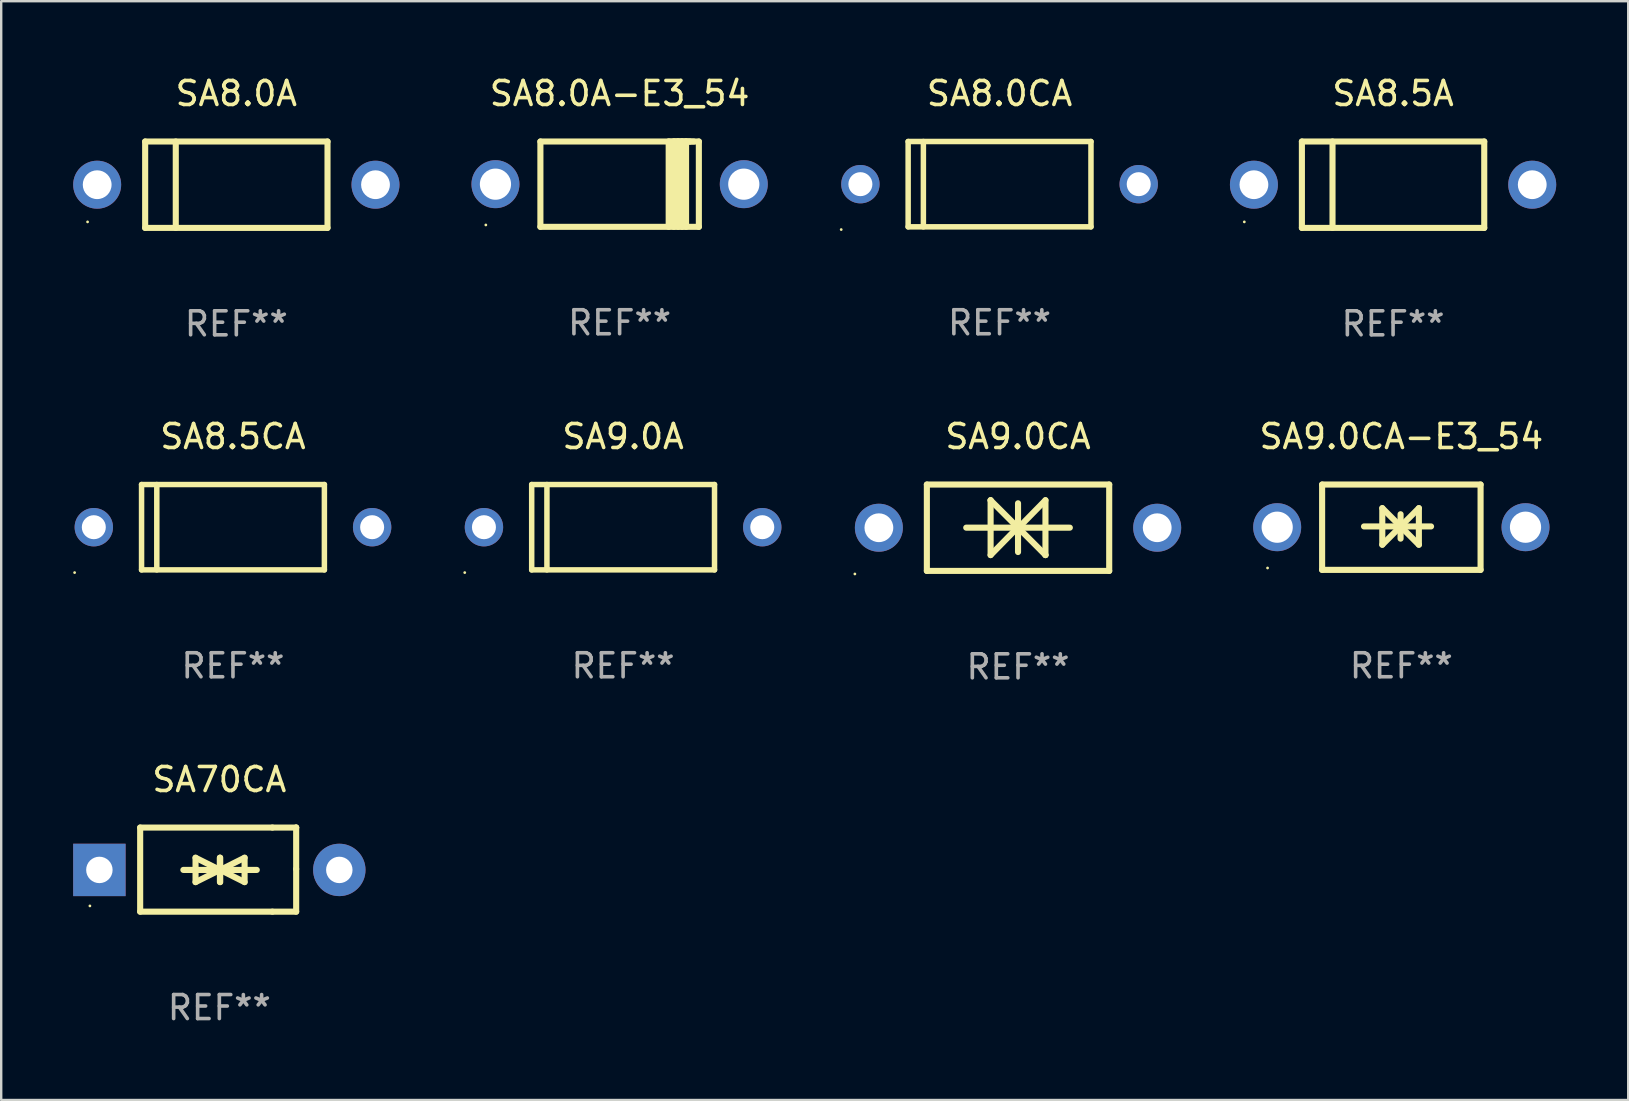
<source format=kicad_pcb>
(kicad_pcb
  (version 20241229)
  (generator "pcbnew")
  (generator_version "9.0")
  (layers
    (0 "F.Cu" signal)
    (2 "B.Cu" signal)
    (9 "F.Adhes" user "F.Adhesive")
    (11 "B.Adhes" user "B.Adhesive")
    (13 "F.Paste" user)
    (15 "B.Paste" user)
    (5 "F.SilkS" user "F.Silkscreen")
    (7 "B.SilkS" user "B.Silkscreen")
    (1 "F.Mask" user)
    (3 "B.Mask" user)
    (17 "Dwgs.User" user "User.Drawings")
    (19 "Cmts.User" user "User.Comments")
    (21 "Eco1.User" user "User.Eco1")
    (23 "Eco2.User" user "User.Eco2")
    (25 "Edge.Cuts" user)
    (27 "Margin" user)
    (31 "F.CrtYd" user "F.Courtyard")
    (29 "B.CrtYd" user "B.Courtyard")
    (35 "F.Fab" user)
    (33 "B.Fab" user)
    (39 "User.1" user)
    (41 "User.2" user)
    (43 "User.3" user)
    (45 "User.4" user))
  (footprint "SA9.0CA-E3_54"
    (layer "F.Cu")
    (at 55.356 18.923)
    (property "Reference" "SA9.0CA-E3_54" (at 0 -3.778 0) (layer "F.SilkS") (effects (font (size 1 1) (thickness 0.15))))
    (attr through_hole)
    (fp_line (start -3.302 -1.778) (end -3.302 1.778) (stroke (width 0.254) (type solid)) (layer "F.SilkS"))
    (fp_line (start -3.302 1.778) (end 3.302 1.778) (stroke (width 0.254) (type solid)) (layer "F.SilkS"))
    (fp_line (start -1.556 -0.032) (end 1.238 -0.032) (stroke (width 0.254) (type solid)) (layer "F.SilkS"))
    (fp_line (start -0.794 -0.794) (end 0.73 0.73) (stroke (width 0.254) (type solid)) (layer "F.SilkS"))
    (fp_line (start -0.794 0.73) (end -0.794 -0.794) (stroke (width 0.254) (type solid)) (layer "F.SilkS"))
    (fp_line (start -0.032 -0.54) (end -0.032 0.476) (stroke (width 0.254) (type solid)) (layer "F.SilkS"))
    (fp_line (start 0.73 -0.794) (end -0.794 0.73) (stroke (width 0.254) (type solid)) (layer "F.SilkS"))
    (fp_line (start 0.73 0.73) (end 0.73 -0.794) (stroke (width 0.254) (type solid)) (layer "F.SilkS"))
    (fp_line (start 3.302 -1.778) (end -3.302 -1.778) (stroke (width 0.254) (type solid)) (layer "F.SilkS"))
    (fp_line (start 3.302 1.778) (end 3.302 -1.778) (stroke (width 0.254) (type solid)) (layer "F.SilkS"))
    (fp_circle (center -5.576 1.7) (end -5.546 1.7) (stroke (width 0.06) (type solid)) (fill no) (layer "F.SilkS"))
    (fp_text user "REF**" (at 0 5.778 0) (layer "F.Fab") (effects (font (size 1 1) (thickness 0.15))))
    (pad "1" thru_hole circle (at -5.175 0) (size 2 2) (drill 1.3) (layers "*.Cu" "*.Mask"))
    (pad "2" thru_hole circle (at 5.175 0) (size 2 2) (drill 1.3) (layers "*.Cu" "*.Mask")))
  (footprint "SA8.5A"
    (layer "F.Cu")
    (at 55.011 4.648)
    (property "Reference" "SA8.5A" (at 0 -3.8 0) (layer "F.SilkS") (effects (font (size 1 1) (thickness 0.15))))
    (attr through_hole)
    (fp_line (start -3.8 -1.8) (end -3.8 1.8) (stroke (width 0.254) (type solid)) (layer "F.SilkS"))
    (fp_line (start -3.8 -1.8) (end 3.8 -1.8) (stroke (width 0.254) (type solid)) (layer "F.SilkS"))
    (fp_line (start -3.8 1.8) (end 3.8 1.8) (stroke (width 0.254) (type solid)) (layer "F.SilkS"))
    (fp_line (start -2.524 -1.8) (end -2.524 1.8) (stroke (width 0.254) (type solid)) (layer "F.SilkS"))
    (fp_line (start 3.8 -1.8) (end 3.8 1.8) (stroke (width 0.254) (type solid)) (layer "F.SilkS"))
    (fp_circle (center -6.2 1.55) (end -6.17 1.55) (stroke (width 0.06) (type solid)) (fill no) (layer "F.SilkS"))
    (fp_text user "REF**" (at 0 5.8 0) (layer "F.Fab") (effects (font (size 1 1) (thickness 0.15))))
    (pad "1" thru_hole circle (at -5.8 0) (size 2 2) (drill 1.2) (layers "*.Cu" "*.Mask"))
    (pad "2" thru_hole circle (at 5.8 0) (size 2 2) (drill 1.2) (layers "*.Cu" "*.Mask")))
  (footprint "SA8.0CA"
    (layer "F.Cu")
    (at 38.61 4.626)
    (property "Reference" "SA8.0CA" (at 0 -3.778 0) (layer "F.SilkS") (effects (font (size 1 1) (thickness 0.15))))
    (attr through_hole)
    (fp_line (start -3.81 -1.778) (end 3.81 -1.778) (stroke (width 0.229) (type solid)) (layer "F.SilkS"))
    (fp_line (start -3.81 1.778) (end -3.81 -1.778) (stroke (width 0.229) (type solid)) (layer "F.SilkS"))
    (fp_line (start -3.175 1.778) (end -3.175 -1.778) (stroke (width 0.229) (type solid)) (layer "F.SilkS"))
    (fp_line (start 3.81 -1.778) (end 3.81 1.778) (stroke (width 0.229) (type solid)) (layer "F.SilkS"))
    (fp_line (start 3.81 1.778) (end -3.81 1.778) (stroke (width 0.229) (type solid)) (layer "F.SilkS"))
    (fp_circle (center -6.6 1.892) (end -6.57 1.892) (stroke (width 0.06) (type solid)) (fill no) (layer "F.SilkS"))
    (fp_text user "REF**" (at 0 5.778 0) (layer "F.Fab") (effects (font (size 1 1) (thickness 0.15))))
    (pad "1" thru_hole circle (at -5.8 0) (size 1.6 1.6) (drill 1) (layers "*.Cu" "*.Mask"))
    (pad "2" thru_hole circle (at 5.8 0) (size 1.6 1.6) (drill 1) (layers "*.Cu" "*.Mask")))
  (footprint "SA8.0A-E3_54"
    (layer "F.Cu")
    (at 22.775 4.626)
    (property "Reference" "SA8.0A-E3_54" (at 0 -3.778 0) (layer "F.SilkS") (effects (font (size 1 1) (thickness 0.15))))
    (attr through_hole)
    (fp_line (start -3.302 -1.778) (end -3.302 1.778) (stroke (width 0.254) (type solid)) (layer "F.SilkS"))
    (fp_line (start -3.302 1.778) (end 3.302 1.778) (stroke (width 0.254) (type solid)) (layer "F.SilkS"))
    (fp_line (start 2.045 -1.778) (end 2.045 1.778) (stroke (width 0.254) (type solid)) (layer "F.SilkS"))
    (fp_line (start 2.261 -1.778) (end 2.261 1.778) (stroke (width 0.254) (type solid)) (layer "F.SilkS"))
    (fp_line (start 2.421 -1.778) (end 2.045 -1.778) (stroke (width 0.254) (type solid)) (layer "F.SilkS"))
    (fp_line (start 2.439 -1.778) (end 2.439 1.778) (stroke (width 0.254) (type solid)) (layer "F.SilkS"))
    (fp_line (start 2.579 -1.778) (end 2.261 -1.778) (stroke (width 0.254) (type solid)) (layer "F.SilkS"))
    (fp_line (start 2.604 -1.778) (end 2.604 1.778) (stroke (width 0.254) (type solid)) (layer "F.SilkS"))
    (fp_line (start 2.757 -1.778) (end 2.439 -1.778) (stroke (width 0.254) (type solid)) (layer "F.SilkS"))
    (fp_line (start 2.769 -1.778) (end 2.769 1.778) (stroke (width 0.254) (type solid)) (layer "F.SilkS"))
    (fp_line (start 2.922 -1.778) (end 2.604 -1.778) (stroke (width 0.254) (type solid)) (layer "F.SilkS"))
    (fp_line (start 3.087 -1.778) (end 2.769 -1.778) (stroke (width 0.254) (type solid)) (layer "F.SilkS"))
    (fp_line (start 3.302 -1.778) (end -3.302 -1.778) (stroke (width 0.254) (type solid)) (layer "F.SilkS"))
    (fp_line (start 3.302 1.778) (end 3.302 -1.778) (stroke (width 0.254) (type solid)) (layer "F.SilkS"))
    (fp_circle (center -5.576 1.7) (end -5.546 1.7) (stroke (width 0.06) (type solid)) (fill no) (layer "F.SilkS"))
    (fp_text user "REF**" (at 0 5.778 0) (layer "F.Fab") (effects (font (size 1 1) (thickness 0.15))))
    (pad "1" thru_hole circle (at -5.175 0) (size 2 2) (drill 1.3) (layers "*.Cu" "*.Mask"))
    (pad "2" thru_hole circle (at 5.175 0) (size 2 2) (drill 1.3) (layers "*.Cu" "*.Mask")))
  (footprint "SA8.0A"
    (layer "F.Cu")
    (at 6.8 4.648)
    (property "Reference" "SA8.0A" (at 0 -3.8 0) (layer "F.SilkS") (effects (font (size 1 1) (thickness 0.15))))
    (attr through_hole)
    (fp_line (start -3.8 -1.8) (end -3.8 1.8) (stroke (width 0.254) (type solid)) (layer "F.SilkS"))
    (fp_line (start -3.8 -1.8) (end 3.8 -1.8) (stroke (width 0.254) (type solid)) (layer "F.SilkS"))
    (fp_line (start -3.8 1.8) (end 3.8 1.8) (stroke (width 0.254) (type solid)) (layer "F.SilkS"))
    (fp_line (start -2.524 -1.8) (end -2.524 1.8) (stroke (width 0.254) (type solid)) (layer "F.SilkS"))
    (fp_line (start 3.8 -1.8) (end 3.8 1.8) (stroke (width 0.254) (type solid)) (layer "F.SilkS"))
    (fp_circle (center -6.2 1.55) (end -6.17 1.55) (stroke (width 0.06) (type solid)) (fill no) (layer "F.SilkS"))
    (fp_text user "REF**" (at 0 5.8 0) (layer "F.Fab") (effects (font (size 1 1) (thickness 0.15))))
    (pad "1" thru_hole circle (at -5.8 0) (size 2 2) (drill 1.2) (layers "*.Cu" "*.Mask"))
    (pad "2" thru_hole circle (at 5.8 0) (size 2 2) (drill 1.2) (layers "*.Cu" "*.Mask")))
  (footprint "SA9.0CA"
    (layer "F.Cu")
    (at 39.38 18.945)
    (property "Reference" "SA9.0CA" (at 0 -3.8 0) (layer "F.SilkS") (effects (font (size 1 1) (thickness 0.15))))
    (attr through_hole)
    (fp_line (start -3.8 -1.8) (end -3.8 1.8) (stroke (width 0.254) (type solid)) (layer "F.SilkS"))
    (fp_line (start -3.8 -1.8) (end 3.8 -1.8) (stroke (width 0.254) (type solid)) (layer "F.SilkS"))
    (fp_line (start -3.8 1.8) (end 3.8 1.8) (stroke (width 0.254) (type solid)) (layer "F.SilkS"))
    (fp_line (start -2.159 -0.003) (end 2.159 -0.003) (stroke (width 0.254) (type solid)) (layer "F.SilkS"))
    (fp_line (start -1.143 -1.146) (end -1.143 1.14) (stroke (width 0.254) (type solid)) (layer "F.SilkS"))
    (fp_line (start -1.143 -1.143) (end -1.143 -1.146) (stroke (width 0.254) (type solid)) (layer "F.SilkS"))
    (fp_line (start 0 -1.019) (end 0 1.013) (stroke (width 0.254) (type solid)) (layer "F.SilkS"))
    (fp_line (start 0 -0.026) (end -1.143 1.14) (stroke (width 0.254) (type solid)) (layer "F.SilkS"))
    (fp_line (start 0 -0.006) (end 1.143 1.137) (stroke (width 0.254) (type solid)) (layer "F.SilkS"))
    (fp_line (start 0 0) (end -1.143 -1.143) (stroke (width 0.254) (type solid)) (layer "F.SilkS"))
    (fp_line (start 0 0.02) (end 1.143 -1.146) (stroke (width 0.254) (type solid)) (layer "F.SilkS"))
    (fp_line (start 1.143 1.137) (end 1.143 1.14) (stroke (width 0.254) (type solid)) (layer "F.SilkS"))
    (fp_line (start 1.143 1.14) (end 1.143 -1.146) (stroke (width 0.254) (type solid)) (layer "F.SilkS"))
    (fp_line (start 3.8 -1.8) (end 3.8 1.8) (stroke (width 0.254) (type solid)) (layer "F.SilkS"))
    (fp_circle (center -6.8 1.927) (end -6.77 1.927) (stroke (width 0.06) (type solid)) (fill no) (layer "F.SilkS"))
    (fp_text user "REF**" (at 0 5.8 0) (layer "F.Fab") (effects (font (size 1 1) (thickness 0.15))))
    (pad "1" thru_hole circle (at -5.8 0) (size 2 2) (drill 1.2) (layers "*.Cu" "*.Mask"))
    (pad "2" thru_hole circle (at 5.8 0) (size 2 2) (drill 1.2) (layers "*.Cu" "*.Mask")))
  (footprint "SA9.0A"
    (layer "F.Cu")
    (at 22.92 18.923)
    (property "Reference" "SA9.0A" (at 0 -3.778 0) (layer "F.SilkS") (effects (font (size 1 1) (thickness 0.15))))
    (attr through_hole)
    (fp_line (start -3.81 -1.778) (end 3.81 -1.778) (stroke (width 0.229) (type solid)) (layer "F.SilkS"))
    (fp_line (start -3.81 1.778) (end -3.81 -1.778) (stroke (width 0.229) (type solid)) (layer "F.SilkS"))
    (fp_line (start -3.175 1.778) (end -3.175 -1.778) (stroke (width 0.229) (type solid)) (layer "F.SilkS"))
    (fp_line (start 3.81 -1.778) (end 3.81 1.778) (stroke (width 0.229) (type solid)) (layer "F.SilkS"))
    (fp_line (start 3.81 1.778) (end -3.81 1.778) (stroke (width 0.229) (type solid)) (layer "F.SilkS"))
    (fp_circle (center -6.6 1.892) (end -6.57 1.892) (stroke (width 0.06) (type solid)) (fill no) (layer "F.SilkS"))
    (fp_text user "REF**" (at 0 5.778 0) (layer "F.Fab") (effects (font (size 1 1) (thickness 0.15))))
    (pad "1" thru_hole circle (at -5.8 0) (size 1.6 1.6) (drill 1) (layers "*.Cu" "*.Mask"))
    (pad "2" thru_hole circle (at 5.8 0) (size 1.6 1.6) (drill 1) (layers "*.Cu" "*.Mask")))
  (footprint "SA70CA"
    (layer "F.Cu")
    (at 6.092 33.194)
    (property "Reference" "SA70CA" (at 0 -3.753 0) (layer "F.SilkS") (effects (font (size 1 1) (thickness 0.15))))
    (attr through_hole)
    (fp_line (start -3.3 -1.753) (end 2.212 -1.753) (stroke (width 0.254) (type solid)) (layer "F.SilkS"))
    (fp_line (start -3.3 1.753) (end -3.3 -1.753) (stroke (width 0.254) (type solid)) (layer "F.SilkS"))
    (fp_line (start -1.5 0.013) (end 0.532 0.013) (stroke (width 0.254) (type solid)) (layer "F.SilkS"))
    (fp_line (start -0.992 -0.495) (end -0.992 0.521) (stroke (width 0.254) (type solid)) (layer "F.SilkS"))
    (fp_line (start -0.992 0.521) (end 0.024 0.013) (stroke (width 0.254) (type solid)) (layer "F.SilkS"))
    (fp_line (start 0.024 -0.495) (end 0.024 0.521) (stroke (width 0.254) (type solid)) (layer "F.SilkS"))
    (fp_line (start 0.024 0.013) (end -0.992 -0.495) (stroke (width 0.254) (type solid)) (layer "F.SilkS"))
    (fp_line (start 0.024 0.013) (end 0.024 -0.495) (stroke (width 0.254) (type solid)) (layer "F.SilkS"))
    (fp_line (start 0.036 0.013) (end 1.052 0.521) (stroke (width 0.254) (type solid)) (layer "F.SilkS"))
    (fp_line (start 0.036 0.521) (end 0.036 -0.495) (stroke (width 0.254) (type solid)) (layer "F.SilkS"))
    (fp_line (start 1.052 -0.495) (end 0.036 0.013) (stroke (width 0.254) (type solid)) (layer "F.SilkS"))
    (fp_line (start 1.052 0.521) (end 1.052 -0.495) (stroke (width 0.254) (type solid)) (layer "F.SilkS"))
    (fp_line (start 1.56 0.013) (end -0.472 0.013) (stroke (width 0.254) (type solid)) (layer "F.SilkS"))
    (fp_line (start 2.212 -1.753) (end 3.202 -1.753) (stroke (width 0.254) (type solid)) (layer "F.SilkS"))
    (fp_line (start 2.212 1.753) (end -3.3 1.753) (stroke (width 0.254) (type solid)) (layer "F.SilkS"))
    (fp_line (start 3.202 -1.753) (end 3.202 -1.753) (stroke (width 0.254) (type solid)) (layer "F.SilkS"))
    (fp_line (start 3.202 -1.753) (end 3.202 -0.025) (stroke (width 0.254) (type solid)) (layer "F.SilkS"))
    (fp_line (start 3.202 -0.025) (end 3.202 1.753) (stroke (width 0.254) (type solid)) (layer "F.SilkS"))
    (fp_line (start 3.202 1.753) (end 2.212 1.753) (stroke (width 0.254) (type solid)) (layer "F.SilkS"))
    (fp_circle (center -5.395 1.513) (end -5.365 1.513) (stroke (width 0.06) (type solid)) (fill no) (layer "F.SilkS"))
    (fp_text user "REF**" (at 0 5.753 0) (layer "F.Fab") (effects (font (size 1 1) (thickness 0.15))))
    (pad "1" thru_hole rect (at -5 0.013 180) (size 2.184 2.184) (drill 1.102) (layers "*.Cu" "*.Mask"))
    (pad "2" thru_hole circle (at 5 0.013) (size 2.184 2.184) (drill 1.102) (layers "*.Cu" "*.Mask")))
  (footprint "SA8.5CA"
    (layer "F.Cu")
    (at 6.66 18.923)
    (property "Reference" "SA8.5CA" (at 0 -3.778 0) (layer "F.SilkS") (effects (font (size 1 1) (thickness 0.15))))
    (attr through_hole)
    (fp_line (start -3.81 -1.778) (end 3.81 -1.778) (stroke (width 0.229) (type solid)) (layer "F.SilkS"))
    (fp_line (start -3.81 1.778) (end -3.81 -1.778) (stroke (width 0.229) (type solid)) (layer "F.SilkS"))
    (fp_line (start -3.175 1.778) (end -3.175 -1.778) (stroke (width 0.229) (type solid)) (layer "F.SilkS"))
    (fp_line (start 3.81 -1.778) (end 3.81 1.778) (stroke (width 0.229) (type solid)) (layer "F.SilkS"))
    (fp_line (start 3.81 1.778) (end -3.81 1.778) (stroke (width 0.229) (type solid)) (layer "F.SilkS"))
    (fp_circle (center -6.6 1.892) (end -6.57 1.892) (stroke (width 0.06) (type solid)) (fill no) (layer "F.SilkS"))
    (fp_text user "REF**" (at 0 5.778 0) (layer "F.Fab") (effects (font (size 1 1) (thickness 0.15))))
    (pad "1" thru_hole circle (at -5.8 0) (size 1.6 1.6) (drill 1) (layers "*.Cu" "*.Mask"))
    (pad "2" thru_hole circle (at 5.8 0) (size 1.6 1.6) (drill 1) (layers "*.Cu" "*.Mask")))
  (gr_rect
    (start -3 -3)
    (end 64.811 42.795)
    (stroke (width 0.1) (type default))
    (fill no)
    (layer "Edge.Cuts")))
</source>
